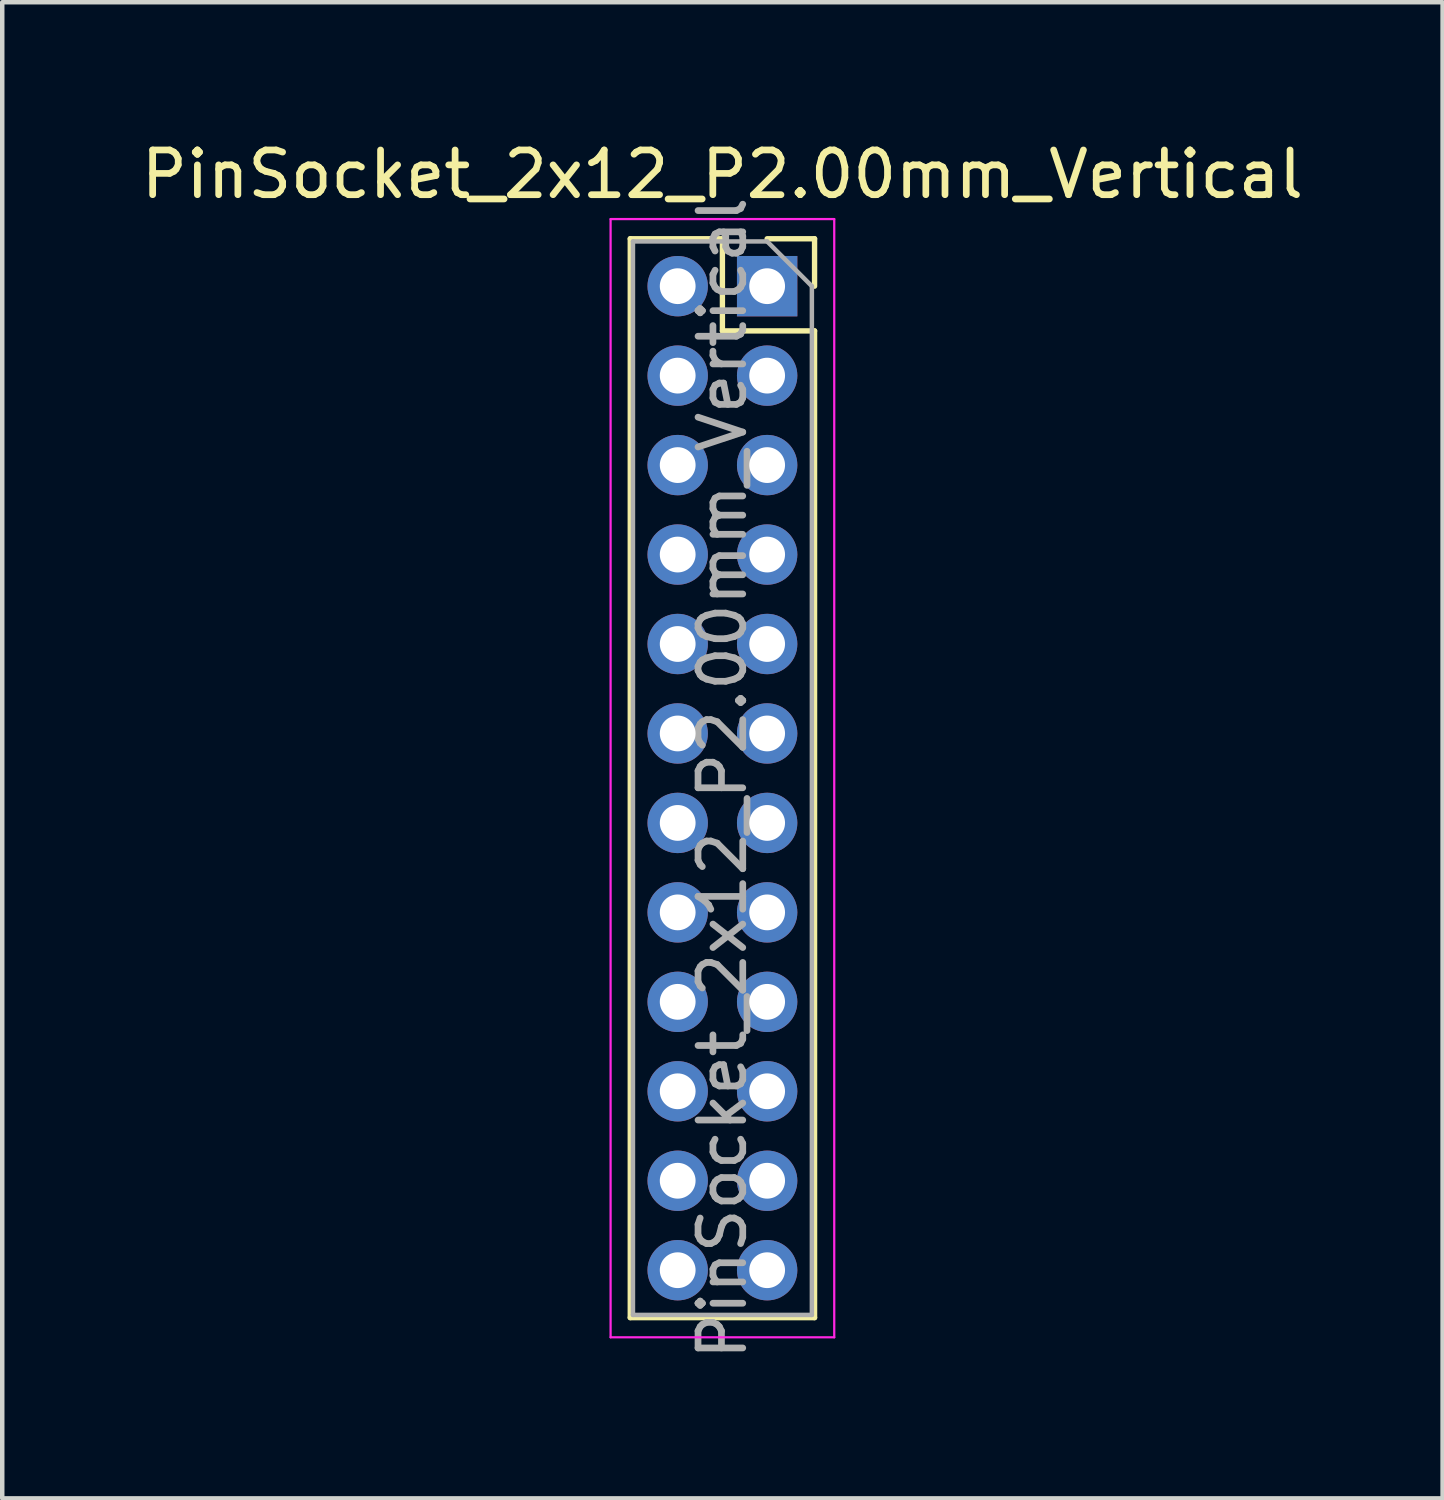
<source format=kicad_pcb>
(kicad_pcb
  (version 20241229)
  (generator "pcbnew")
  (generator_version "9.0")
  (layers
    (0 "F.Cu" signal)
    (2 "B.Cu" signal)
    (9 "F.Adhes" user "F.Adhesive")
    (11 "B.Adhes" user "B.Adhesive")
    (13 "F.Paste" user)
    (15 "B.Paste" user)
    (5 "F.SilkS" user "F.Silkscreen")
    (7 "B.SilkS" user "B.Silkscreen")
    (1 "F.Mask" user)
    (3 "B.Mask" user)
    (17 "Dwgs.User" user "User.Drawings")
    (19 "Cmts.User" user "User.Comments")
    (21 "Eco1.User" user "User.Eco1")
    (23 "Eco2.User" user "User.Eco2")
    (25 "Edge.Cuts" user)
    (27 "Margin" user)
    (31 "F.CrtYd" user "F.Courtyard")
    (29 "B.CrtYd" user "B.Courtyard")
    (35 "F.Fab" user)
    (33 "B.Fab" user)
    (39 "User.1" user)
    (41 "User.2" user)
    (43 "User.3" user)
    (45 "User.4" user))
  (footprint "PinSocket_2x12_P2.00mm_Vertical"
    (layer "F.Cu")
    (at 14.101 3.348)
    (property "Reference" "PinSocket_2x12_P2.00mm_Vertical" (at -1 -2.5 0) (layer "F.SilkS") (effects (font (size 1 1) (thickness 0.15))))
    (attr through_hole)
    (fp_line (start -3.06 -1.06) (end -3.06 23.06) (stroke (width 0.12) (type solid)) (layer "F.SilkS"))
    (fp_line (start -3.06 -1.06) (end -1 -1.06) (stroke (width 0.12) (type solid)) (layer "F.SilkS"))
    (fp_line (start -3.06 23.06) (end 1.06 23.06) (stroke (width 0.12) (type solid)) (layer "F.SilkS"))
    (fp_line (start -1 -1.06) (end -1 1) (stroke (width 0.12) (type solid)) (layer "F.SilkS"))
    (fp_line (start -1 1) (end 1.06 1) (stroke (width 0.12) (type solid)) (layer "F.SilkS"))
    (fp_line (start 0 -1.06) (end 1.06 -1.06) (stroke (width 0.12) (type solid)) (layer "F.SilkS"))
    (fp_line (start 1.06 -1.06) (end 1.06 0) (stroke (width 0.12) (type solid)) (layer "F.SilkS"))
    (fp_line (start 1.06 1) (end 1.06 23.06) (stroke (width 0.12) (type solid)) (layer "F.SilkS"))
    (fp_line (start -3.5 -1.5) (end 1.5 -1.5) (stroke (width 0.05) (type solid)) (layer "F.CrtYd"))
    (fp_line (start -3.5 23.5) (end -3.5 -1.5) (stroke (width 0.05) (type solid)) (layer "F.CrtYd"))
    (fp_line (start 1.5 -1.5) (end 1.5 23.5) (stroke (width 0.05) (type solid)) (layer "F.CrtYd"))
    (fp_line (start 1.5 23.5) (end -3.5 23.5) (stroke (width 0.05) (type solid)) (layer "F.CrtYd"))
    (fp_line (start -3 -1) (end 0 -1) (stroke (width 0.1) (type solid)) (layer "F.Fab"))
    (fp_line (start -3 23) (end -3 -1) (stroke (width 0.1) (type solid)) (layer "F.Fab"))
    (fp_line (start 0 -1) (end 1 0) (stroke (width 0.1) (type solid)) (layer "F.Fab"))
    (fp_line (start 1 0) (end 1 23) (stroke (width 0.1) (type solid)) (layer "F.Fab"))
    (fp_line (start 1 23) (end -3 23) (stroke (width 0.1) (type solid)) (layer "F.Fab"))
    (fp_text user "${REFERENCE}" (at -1 11 90) (layer "F.Fab") (effects (font (size 1 1) (thickness 0.15))))
    (pad "1" thru_hole rect (at 0 0) (size 1.35 1.35) (drill 0.8) (layers "*.Cu" "*.Mask"))
    (pad "2" thru_hole circle (at -2 0) (size 1.35 1.35) (drill 0.8) (layers "*.Cu" "*.Mask"))
    (pad "3" thru_hole circle (at 0 2) (size 1.35 1.35) (drill 0.8) (layers "*.Cu" "*.Mask"))
    (pad "4" thru_hole circle (at -2 2) (size 1.35 1.35) (drill 0.8) (layers "*.Cu" "*.Mask"))
    (pad "5" thru_hole circle (at 0 4) (size 1.35 1.35) (drill 0.8) (layers "*.Cu" "*.Mask"))
    (pad "6" thru_hole circle (at -2 4) (size 1.35 1.35) (drill 0.8) (layers "*.Cu" "*.Mask"))
    (pad "7" thru_hole circle (at 0 6) (size 1.35 1.35) (drill 0.8) (layers "*.Cu" "*.Mask"))
    (pad "8" thru_hole circle (at -2 6) (size 1.35 1.35) (drill 0.8) (layers "*.Cu" "*.Mask"))
    (pad "9" thru_hole circle (at 0 8) (size 1.35 1.35) (drill 0.8) (layers "*.Cu" "*.Mask"))
    (pad "10" thru_hole circle (at -2 8) (size 1.35 1.35) (drill 0.8) (layers "*.Cu" "*.Mask"))
    (pad "11" thru_hole circle (at 0 10) (size 1.35 1.35) (drill 0.8) (layers "*.Cu" "*.Mask"))
    (pad "12" thru_hole circle (at -2 10) (size 1.35 1.35) (drill 0.8) (layers "*.Cu" "*.Mask"))
    (pad "13" thru_hole circle (at 0 12) (size 1.35 1.35) (drill 0.8) (layers "*.Cu" "*.Mask"))
    (pad "14" thru_hole circle (at -2 12) (size 1.35 1.35) (drill 0.8) (layers "*.Cu" "*.Mask"))
    (pad "15" thru_hole circle (at 0 14) (size 1.35 1.35) (drill 0.8) (layers "*.Cu" "*.Mask"))
    (pad "16" thru_hole circle (at -2 14) (size 1.35 1.35) (drill 0.8) (layers "*.Cu" "*.Mask"))
    (pad "17" thru_hole circle (at 0 16) (size 1.35 1.35) (drill 0.8) (layers "*.Cu" "*.Mask"))
    (pad "18" thru_hole circle (at -2 16) (size 1.35 1.35) (drill 0.8) (layers "*.Cu" "*.Mask"))
    (pad "19" thru_hole circle (at 0 18) (size 1.35 1.35) (drill 0.8) (layers "*.Cu" "*.Mask"))
    (pad "20" thru_hole circle (at -2 18) (size 1.35 1.35) (drill 0.8) (layers "*.Cu" "*.Mask"))
    (pad "21" thru_hole circle (at 0 20) (size 1.35 1.35) (drill 0.8) (layers "*.Cu" "*.Mask"))
    (pad "22" thru_hole circle (at -2 20) (size 1.35 1.35) (drill 0.8) (layers "*.Cu" "*.Mask"))
    (pad "23" thru_hole circle (at 0 22) (size 1.35 1.35) (drill 0.8) (layers "*.Cu" "*.Mask"))
    (pad "24" thru_hole circle (at -2 22) (size 1.35 1.35) (drill 0.8) (layers "*.Cu" "*.Mask")))
  (gr_rect
    (start -3 -3)
    (end 29.202 30.449)
    (stroke (width 0.1) (type default))
    (fill no)
    (layer "Edge.Cuts")))
</source>
